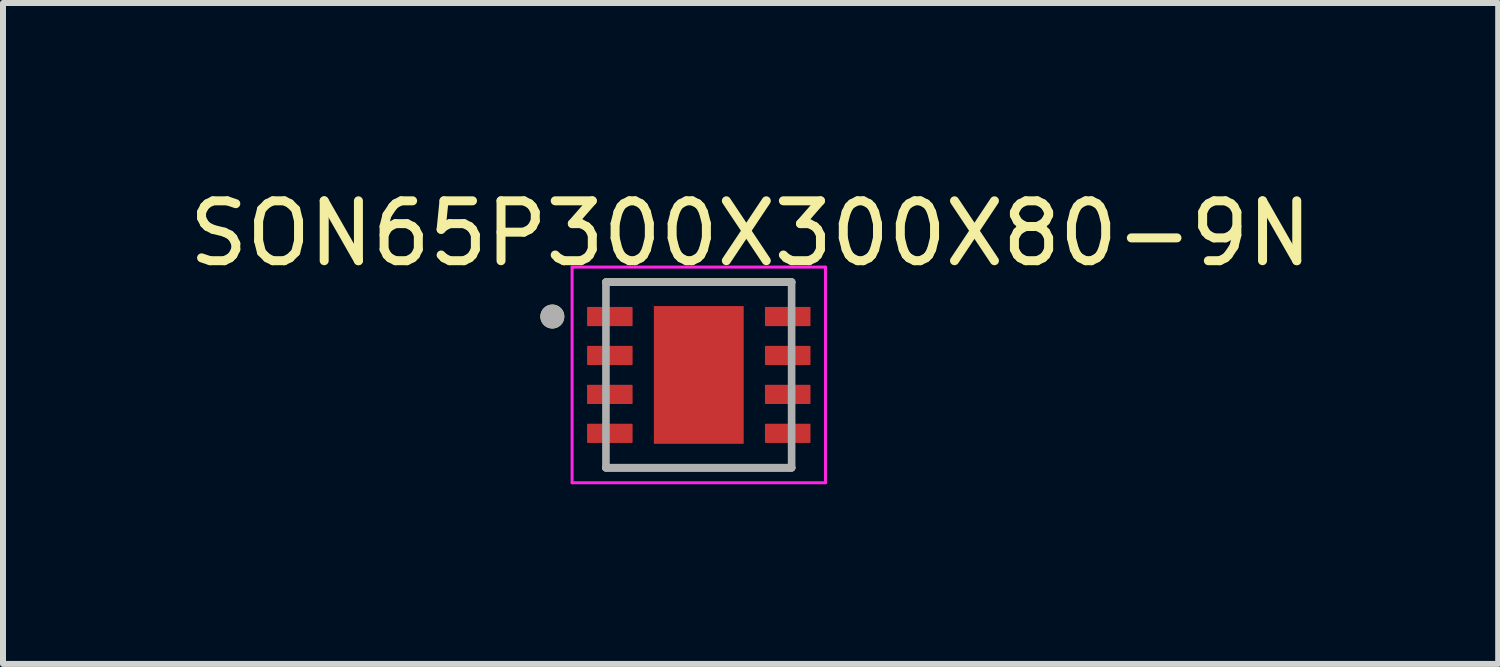
<source format=kicad_pcb>
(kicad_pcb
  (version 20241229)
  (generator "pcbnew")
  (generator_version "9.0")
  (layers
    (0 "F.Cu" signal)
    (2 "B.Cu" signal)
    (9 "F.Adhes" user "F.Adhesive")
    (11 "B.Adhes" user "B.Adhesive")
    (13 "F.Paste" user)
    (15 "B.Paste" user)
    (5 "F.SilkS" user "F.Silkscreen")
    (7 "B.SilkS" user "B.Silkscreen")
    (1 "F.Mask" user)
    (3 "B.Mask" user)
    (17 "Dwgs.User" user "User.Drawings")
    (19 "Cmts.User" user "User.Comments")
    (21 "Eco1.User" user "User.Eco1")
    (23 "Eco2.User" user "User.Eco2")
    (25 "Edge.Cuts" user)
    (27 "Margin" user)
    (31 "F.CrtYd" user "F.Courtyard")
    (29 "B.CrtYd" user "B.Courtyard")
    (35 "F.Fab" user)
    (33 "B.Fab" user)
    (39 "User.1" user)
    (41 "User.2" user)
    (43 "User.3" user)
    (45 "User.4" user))
  (footprint "SON65P300X300X80-9N"
    (layer "F.Cu")
    (at 8.617 3.21)
    (property "Reference" "SON65P300X300X80-9N" (at 0.865 -2.362 0) (layer "F.SilkS") (effects (font (size 1 1) (thickness 0.15))))
    (attr through_hole)
    (fp_line (start -1.55 -1.55) (end 1.55 -1.55) (stroke (width 0.127) (type solid)) (layer "F.SilkS"))
    (fp_line (start -1.55 1.55) (end 1.55 1.55) (stroke (width 0.127) (type solid)) (layer "F.SilkS"))
    (fp_circle (center -2.445 -0.975) (end -2.345 -0.975) (stroke (width 0.2) (type solid)) (fill no) (layer "F.SilkS"))
    (fp_poly (pts (xy -0.47 -0.73) (xy 0.47 -0.73) (xy 0.47 0.73) (xy -0.47 0.73)) (stroke (width 0.01) (type solid)) (fill yes) (layer "F.Paste"))
    (fp_line (start -2.115 -1.8) (end -2.115 1.8) (stroke (width 0.05) (type solid)) (layer "F.CrtYd"))
    (fp_line (start -2.115 -1.8) (end 2.115 -1.8) (stroke (width 0.05) (type solid)) (layer "F.CrtYd"))
    (fp_line (start -2.115 1.8) (end 2.115 1.8) (stroke (width 0.05) (type solid)) (layer "F.CrtYd"))
    (fp_line (start 2.115 -1.8) (end 2.115 1.8) (stroke (width 0.05) (type solid)) (layer "F.CrtYd"))
    (fp_line (start -1.55 -1.55) (end -1.55 1.55) (stroke (width 0.127) (type solid)) (layer "F.Fab"))
    (fp_line (start -1.55 -1.55) (end 1.55 -1.55) (stroke (width 0.127) (type solid)) (layer "F.Fab"))
    (fp_line (start -1.55 1.55) (end 1.55 1.55) (stroke (width 0.127) (type solid)) (layer "F.Fab"))
    (fp_line (start 1.55 -1.55) (end 1.55 1.55) (stroke (width 0.127) (type solid)) (layer "F.Fab"))
    (fp_circle (center -2.445 -0.975) (end -2.345 -0.975) (stroke (width 0.2) (type solid)) (fill no) (layer "F.Fab"))
    (pad "1" smd roundrect (at -1.485 -0.975) (size 0.76 0.32) (layers "F.Cu" "F.Mask" "F.Paste") (roundrect_rratio 0.04))
    (pad "2" smd roundrect (at -1.485 -0.325) (size 0.76 0.32) (layers "F.Cu" "F.Mask" "F.Paste") (roundrect_rratio 0.04))
    (pad "3" smd roundrect (at -1.485 0.325) (size 0.76 0.32) (layers "F.Cu" "F.Mask" "F.Paste") (roundrect_rratio 0.04))
    (pad "4" smd roundrect (at -1.485 0.975) (size 0.76 0.32) (layers "F.Cu" "F.Mask" "F.Paste") (roundrect_rratio 0.04))
    (pad "5" smd roundrect (at 1.485 0.975) (size 0.76 0.32) (layers "F.Cu" "F.Mask" "F.Paste") (roundrect_rratio 0.04))
    (pad "6" smd roundrect (at 1.485 0.325) (size 0.76 0.32) (layers "F.Cu" "F.Mask" "F.Paste") (roundrect_rratio 0.04))
    (pad "7" smd roundrect (at 1.485 -0.325) (size 0.76 0.32) (layers "F.Cu" "F.Mask" "F.Paste") (roundrect_rratio 0.04))
    (pad "8" smd roundrect (at 1.485 -0.975) (size 0.76 0.32) (layers "F.Cu" "F.Mask" "F.Paste") (roundrect_rratio 0.04))
    (pad "9" smd rect (at 0 0) (size 1.5 2.3) (layers "F.Cu" "F.Mask")))
  (gr_rect
    (start -3 -3)
    (end 21.964 8.035)
    (stroke (width 0.1) (type default))
    (fill no)
    (layer "Edge.Cuts")))
</source>
